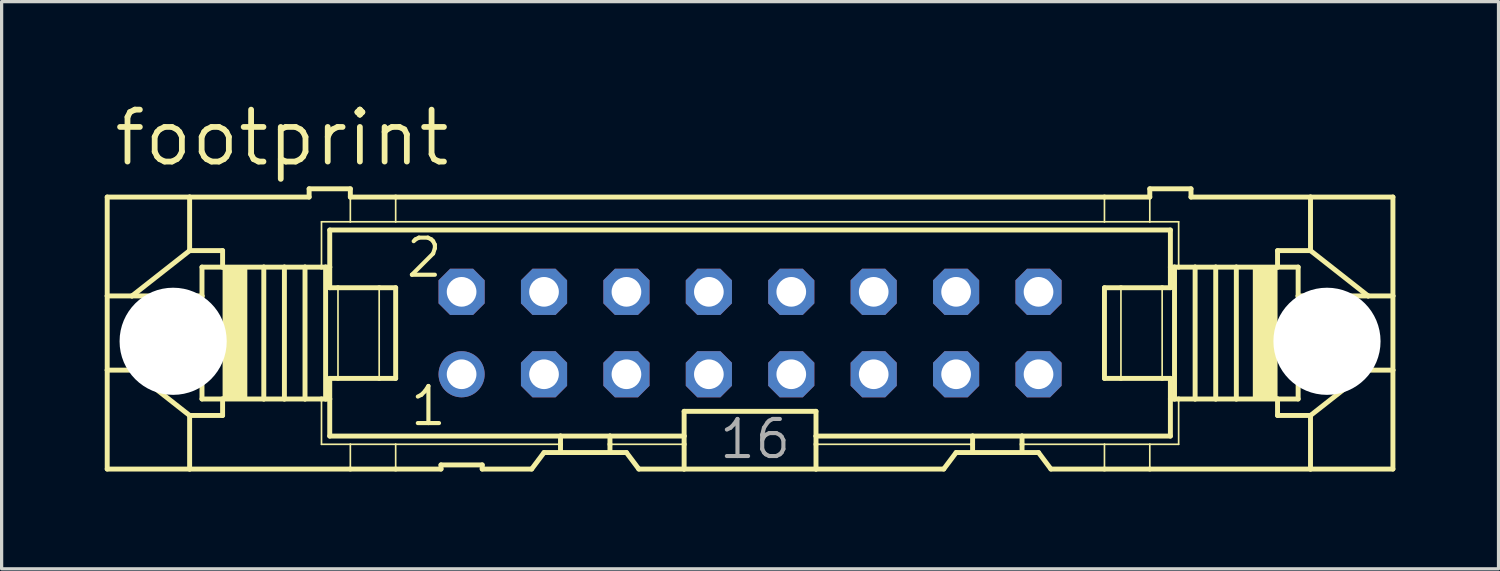
<source format=kicad_pcb>
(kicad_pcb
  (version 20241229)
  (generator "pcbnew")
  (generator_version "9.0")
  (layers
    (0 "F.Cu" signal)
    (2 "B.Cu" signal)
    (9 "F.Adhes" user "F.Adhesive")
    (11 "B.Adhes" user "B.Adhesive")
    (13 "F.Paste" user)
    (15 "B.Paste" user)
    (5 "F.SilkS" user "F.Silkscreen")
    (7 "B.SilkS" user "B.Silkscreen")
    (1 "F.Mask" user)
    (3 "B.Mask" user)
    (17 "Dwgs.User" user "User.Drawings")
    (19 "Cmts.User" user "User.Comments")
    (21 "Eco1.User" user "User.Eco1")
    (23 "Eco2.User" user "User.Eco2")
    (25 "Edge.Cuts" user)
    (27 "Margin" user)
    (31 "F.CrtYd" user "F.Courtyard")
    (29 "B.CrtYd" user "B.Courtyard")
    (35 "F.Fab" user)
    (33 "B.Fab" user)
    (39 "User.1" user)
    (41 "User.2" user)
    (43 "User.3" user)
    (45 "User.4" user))
  (footprint "footprint"
    (layer "F.Cu")
    (at 20.066 7.214)
    (property "Reference" "footprint" (at -19.685 -5.08 0) (layer "F.SilkS") (effects (font (size 1.6 1.6) (thickness 0.178)) (justify left bottom)))
    (fp_line (start -19.812 -4.191) (end -19.812 -1.143) (stroke (width 0.152) (type solid)) (layer "F.SilkS"))
    (fp_line (start -19.812 -4.191) (end -17.272 -4.191) (stroke (width 0.152) (type solid)) (layer "F.SilkS"))
    (fp_line (start -19.812 -1.143) (end -19.812 1.143) (stroke (width 0.152) (type solid)) (layer "F.SilkS"))
    (fp_line (start -19.812 -1.143) (end -19.05 -1.143) (stroke (width 0.152) (type solid)) (layer "F.SilkS"))
    (fp_line (start -19.812 1.143) (end -19.812 4.191) (stroke (width 0.152) (type solid)) (layer "F.SilkS"))
    (fp_line (start -19.812 1.143) (end -19.05 1.143) (stroke (width 0.152) (type solid)) (layer "F.SilkS"))
    (fp_line (start -19.05 -1.143) (end -16.891 -1.143) (stroke (width 0.152) (type solid)) (layer "F.SilkS"))
    (fp_line (start -19.05 1.143) (end -16.891 1.143) (stroke (width 0.152) (type solid)) (layer "F.SilkS"))
    (fp_line (start -17.272 -4.191) (end -17.272 -2.54) (stroke (width 0.152) (type solid)) (layer "F.SilkS"))
    (fp_line (start -17.272 -2.54) (end -19.05 -1.143) (stroke (width 0.152) (type solid)) (layer "F.SilkS"))
    (fp_line (start -17.272 2.54) (end -19.05 1.143) (stroke (width 0.152) (type solid)) (layer "F.SilkS"))
    (fp_line (start -17.272 2.54) (end -17.272 4.191) (stroke (width 0.152) (type solid)) (layer "F.SilkS"))
    (fp_line (start -17.272 4.191) (end -19.812 4.191) (stroke (width 0.152) (type solid)) (layer "F.SilkS"))
    (fp_line (start -16.891 -1.143) (end -16.891 -2.032) (stroke (width 0.152) (type solid)) (layer "F.SilkS"))
    (fp_line (start -16.891 1.143) (end -16.891 -1.143) (stroke (width 0.152) (type solid)) (layer "F.SilkS"))
    (fp_line (start -16.891 2.032) (end -16.891 1.143) (stroke (width 0.152) (type solid)) (layer "F.SilkS"))
    (fp_line (start -16.256 -2.54) (end -17.272 -2.54) (stroke (width 0.152) (type solid)) (layer "F.SilkS"))
    (fp_line (start -16.256 -2.54) (end -16.256 -2.032) (stroke (width 0.152) (type solid)) (layer "F.SilkS"))
    (fp_line (start -16.256 -2.032) (end -16.891 -2.032) (stroke (width 0.152) (type solid)) (layer "F.SilkS"))
    (fp_line (start -16.256 2.032) (end -16.891 2.032) (stroke (width 0.152) (type solid)) (layer "F.SilkS"))
    (fp_line (start -16.256 2.032) (end -16.256 2.54) (stroke (width 0.152) (type solid)) (layer "F.SilkS"))
    (fp_line (start -16.256 2.54) (end -17.272 2.54) (stroke (width 0.152) (type solid)) (layer "F.SilkS"))
    (fp_line (start -14.986 -2.032) (end -16.256 -2.032) (stroke (width 0.152) (type solid)) (layer "F.SilkS"))
    (fp_line (start -14.986 2.032) (end -16.256 2.032) (stroke (width 0.152) (type solid)) (layer "F.SilkS"))
    (fp_line (start -14.986 2.032) (end -14.986 -2.032) (stroke (width 0.152) (type solid)) (layer "F.SilkS"))
    (fp_line (start -14.351 -2.032) (end -14.986 -2.032) (stroke (width 0.152) (type solid)) (layer "F.SilkS"))
    (fp_line (start -14.351 2.032) (end -14.986 2.032) (stroke (width 0.152) (type solid)) (layer "F.SilkS"))
    (fp_line (start -14.351 2.032) (end -14.351 -2.032) (stroke (width 0.152) (type solid)) (layer "F.SilkS"))
    (fp_line (start -13.716 -2.032) (end -14.351 -2.032) (stroke (width 0.152) (type solid)) (layer "F.SilkS"))
    (fp_line (start -13.716 2.032) (end -14.351 2.032) (stroke (width 0.152) (type solid)) (layer "F.SilkS"))
    (fp_line (start -13.716 2.032) (end -13.716 -2.032) (stroke (width 0.152) (type solid)) (layer "F.SilkS"))
    (fp_line (start -13.589 -4.445) (end -13.589 -4.191) (stroke (width 0.152) (type solid)) (layer "F.SilkS"))
    (fp_line (start -13.589 -4.445) (end -12.319 -4.445) (stroke (width 0.152) (type solid)) (layer "F.SilkS"))
    (fp_line (start -13.589 -4.191) (end -17.272 -4.191) (stroke (width 0.152) (type solid)) (layer "F.SilkS"))
    (fp_line (start -13.208 -3.429) (end -13.208 -2.032) (stroke (width 0.051) (type solid)) (layer "F.SilkS"))
    (fp_line (start -13.208 -2.032) (end -13.716 -2.032) (stroke (width 0.152) (type solid)) (layer "F.SilkS"))
    (fp_line (start -13.208 2.032) (end -13.716 2.032) (stroke (width 0.152) (type solid)) (layer "F.SilkS"))
    (fp_line (start -13.208 3.429) (end -13.208 2.032) (stroke (width 0.051) (type solid)) (layer "F.SilkS"))
    (fp_line (start -13.081 -2.032) (end -13.208 -2.032) (stroke (width 0.152) (type solid)) (layer "F.SilkS"))
    (fp_line (start -13.081 2.032) (end -13.208 2.032) (stroke (width 0.152) (type solid)) (layer "F.SilkS"))
    (fp_line (start -13.081 2.032) (end -13.081 -2.032) (stroke (width 0.152) (type solid)) (layer "F.SilkS"))
    (fp_line (start -12.954 -3.175) (end 12.954 -3.175) (stroke (width 0.152) (type solid)) (layer "F.SilkS"))
    (fp_line (start -12.954 -2.032) (end -13.081 -2.032) (stroke (width 0.152) (type solid)) (layer "F.SilkS"))
    (fp_line (start -12.954 -2.032) (end -12.954 -3.175) (stroke (width 0.152) (type solid)) (layer "F.SilkS"))
    (fp_line (start -12.954 -1.397) (end -12.954 -2.032) (stroke (width 0.152) (type solid)) (layer "F.SilkS"))
    (fp_line (start -12.954 -1.397) (end -12.7 -1.397) (stroke (width 0.152) (type solid)) (layer "F.SilkS"))
    (fp_line (start -12.954 2.032) (end -13.081 2.032) (stroke (width 0.152) (type solid)) (layer "F.SilkS"))
    (fp_line (start -12.954 2.032) (end -12.954 1.397) (stroke (width 0.152) (type solid)) (layer "F.SilkS"))
    (fp_line (start -12.954 3.175) (end -12.954 2.032) (stroke (width 0.152) (type solid)) (layer "F.SilkS"))
    (fp_line (start -12.7 -1.397) (end -11.43 -1.397) (stroke (width 0.152) (type solid)) (layer "F.SilkS"))
    (fp_line (start -12.7 1.397) (end -12.954 1.397) (stroke (width 0.152) (type solid)) (layer "F.SilkS"))
    (fp_line (start -12.7 1.397) (end -12.7 -1.397) (stroke (width 0.051) (type solid)) (layer "F.SilkS"))
    (fp_line (start -12.319 -4.445) (end -12.319 -4.191) (stroke (width 0.152) (type solid)) (layer "F.SilkS"))
    (fp_line (start -12.319 -3.429) (end -13.208 -3.429) (stroke (width 0.051) (type solid)) (layer "F.SilkS"))
    (fp_line (start -12.319 -3.429) (end -12.319 -4.191) (stroke (width 0.051) (type solid)) (layer "F.SilkS"))
    (fp_line (start -12.319 -3.429) (end -10.922 -3.429) (stroke (width 0.051) (type solid)) (layer "F.SilkS"))
    (fp_line (start -12.319 3.429) (end -13.208 3.429) (stroke (width 0.051) (type solid)) (layer "F.SilkS"))
    (fp_line (start -12.319 4.191) (end -17.272 4.191) (stroke (width 0.152) (type solid)) (layer "F.SilkS"))
    (fp_line (start -12.319 4.191) (end -12.319 3.429) (stroke (width 0.051) (type solid)) (layer "F.SilkS"))
    (fp_line (start -11.43 -1.397) (end -10.922 -1.397) (stroke (width 0.152) (type solid)) (layer "F.SilkS"))
    (fp_line (start -11.43 1.397) (end -12.7 1.397) (stroke (width 0.152) (type solid)) (layer "F.SilkS"))
    (fp_line (start -11.43 1.397) (end -11.43 -1.397) (stroke (width 0.051) (type solid)) (layer "F.SilkS"))
    (fp_line (start -10.922 -4.191) (end -12.319 -4.191) (stroke (width 0.152) (type solid)) (layer "F.SilkS"))
    (fp_line (start -10.922 -4.191) (end 10.922 -4.191) (stroke (width 0.152) (type solid)) (layer "F.SilkS"))
    (fp_line (start -10.922 -3.429) (end -10.922 -4.191) (stroke (width 0.051) (type solid)) (layer "F.SilkS"))
    (fp_line (start -10.922 -3.429) (end 10.922 -3.429) (stroke (width 0.051) (type solid)) (layer "F.SilkS"))
    (fp_line (start -10.922 1.397) (end -11.43 1.397) (stroke (width 0.152) (type solid)) (layer "F.SilkS"))
    (fp_line (start -10.922 1.397) (end -10.922 -1.397) (stroke (width 0.152) (type solid)) (layer "F.SilkS"))
    (fp_line (start -10.922 3.429) (end -12.319 3.429) (stroke (width 0.051) (type solid)) (layer "F.SilkS"))
    (fp_line (start -10.922 4.191) (end -12.319 4.191) (stroke (width 0.152) (type solid)) (layer "F.SilkS"))
    (fp_line (start -10.922 4.191) (end -10.922 3.429) (stroke (width 0.051) (type solid)) (layer "F.SilkS"))
    (fp_line (start -9.525 4.191) (end -10.922 4.191) (stroke (width 0.152) (type solid)) (layer "F.SilkS"))
    (fp_line (start -9.525 4.191) (end -9.525 4.064) (stroke (width 0.152) (type solid)) (layer "F.SilkS"))
    (fp_line (start -8.255 4.064) (end -9.525 4.064) (stroke (width 0.152) (type solid)) (layer "F.SilkS"))
    (fp_line (start -8.255 4.064) (end -8.255 4.191) (stroke (width 0.152) (type solid)) (layer "F.SilkS"))
    (fp_line (start -6.731 4.191) (end -8.255 4.191) (stroke (width 0.152) (type solid)) (layer "F.SilkS"))
    (fp_line (start -6.731 4.191) (end -6.35 3.683) (stroke (width 0.152) (type solid)) (layer "F.SilkS"))
    (fp_line (start -5.842 3.175) (end -12.954 3.175) (stroke (width 0.152) (type solid)) (layer "F.SilkS"))
    (fp_line (start -5.842 3.175) (end -5.842 3.429) (stroke (width 0.152) (type solid)) (layer "F.SilkS"))
    (fp_line (start -5.842 3.429) (end -10.922 3.429) (stroke (width 0.051) (type solid)) (layer "F.SilkS"))
    (fp_line (start -5.842 3.429) (end -5.842 3.683) (stroke (width 0.152) (type solid)) (layer "F.SilkS"))
    (fp_line (start -5.842 3.683) (end -6.35 3.683) (stroke (width 0.152) (type solid)) (layer "F.SilkS"))
    (fp_line (start -4.318 3.175) (end -5.842 3.175) (stroke (width 0.152) (type solid)) (layer "F.SilkS"))
    (fp_line (start -4.318 3.175) (end -4.318 3.429) (stroke (width 0.152) (type solid)) (layer "F.SilkS"))
    (fp_line (start -4.318 3.429) (end -4.318 3.683) (stroke (width 0.152) (type solid)) (layer "F.SilkS"))
    (fp_line (start -4.318 3.683) (end -5.842 3.683) (stroke (width 0.152) (type solid)) (layer "F.SilkS"))
    (fp_line (start -3.81 3.683) (end -4.318 3.683) (stroke (width 0.152) (type solid)) (layer "F.SilkS"))
    (fp_line (start -3.81 3.683) (end -3.429 4.191) (stroke (width 0.152) (type solid)) (layer "F.SilkS"))
    (fp_line (start -2.032 3.175) (end -4.318 3.175) (stroke (width 0.152) (type solid)) (layer "F.SilkS"))
    (fp_line (start -2.032 3.175) (end -2.032 2.413) (stroke (width 0.152) (type solid)) (layer "F.SilkS"))
    (fp_line (start -2.032 3.175) (end -2.032 3.429) (stroke (width 0.152) (type solid)) (layer "F.SilkS"))
    (fp_line (start -2.032 3.429) (end -4.318 3.429) (stroke (width 0.051) (type solid)) (layer "F.SilkS"))
    (fp_line (start -2.032 3.429) (end -2.032 4.191) (stroke (width 0.152) (type solid)) (layer "F.SilkS"))
    (fp_line (start -2.032 4.191) (end -3.429 4.191) (stroke (width 0.152) (type solid)) (layer "F.SilkS"))
    (fp_line (start 2.032 2.413) (end -2.032 2.413) (stroke (width 0.152) (type solid)) (layer "F.SilkS"))
    (fp_line (start 2.032 2.413) (end 2.032 3.175) (stroke (width 0.152) (type solid)) (layer "F.SilkS"))
    (fp_line (start 2.032 3.175) (end 2.032 3.429) (stroke (width 0.152) (type solid)) (layer "F.SilkS"))
    (fp_line (start 2.032 3.429) (end 2.032 4.191) (stroke (width 0.152) (type solid)) (layer "F.SilkS"))
    (fp_line (start 2.032 4.191) (end -2.032 4.191) (stroke (width 0.152) (type solid)) (layer "F.SilkS"))
    (fp_line (start 5.969 4.191) (end 2.032 4.191) (stroke (width 0.152) (type solid)) (layer "F.SilkS"))
    (fp_line (start 5.969 4.191) (end 6.35 3.683) (stroke (width 0.152) (type solid)) (layer "F.SilkS"))
    (fp_line (start 6.858 3.175) (end 2.032 3.175) (stroke (width 0.152) (type solid)) (layer "F.SilkS"))
    (fp_line (start 6.858 3.175) (end 6.858 3.429) (stroke (width 0.152) (type solid)) (layer "F.SilkS"))
    (fp_line (start 6.858 3.429) (end 2.032 3.429) (stroke (width 0.051) (type solid)) (layer "F.SilkS"))
    (fp_line (start 6.858 3.429) (end 6.858 3.683) (stroke (width 0.152) (type solid)) (layer "F.SilkS"))
    (fp_line (start 6.858 3.683) (end 6.35 3.683) (stroke (width 0.152) (type solid)) (layer "F.SilkS"))
    (fp_line (start 8.382 3.175) (end 6.858 3.175) (stroke (width 0.152) (type solid)) (layer "F.SilkS"))
    (fp_line (start 8.382 3.175) (end 8.382 3.429) (stroke (width 0.152) (type solid)) (layer "F.SilkS"))
    (fp_line (start 8.382 3.429) (end 8.382 3.683) (stroke (width 0.152) (type solid)) (layer "F.SilkS"))
    (fp_line (start 8.382 3.429) (end 10.922 3.429) (stroke (width 0.051) (type solid)) (layer "F.SilkS"))
    (fp_line (start 8.382 3.683) (end 6.858 3.683) (stroke (width 0.152) (type solid)) (layer "F.SilkS"))
    (fp_line (start 8.89 3.683) (end 8.382 3.683) (stroke (width 0.152) (type solid)) (layer "F.SilkS"))
    (fp_line (start 8.89 3.683) (end 9.271 4.191) (stroke (width 0.152) (type solid)) (layer "F.SilkS"))
    (fp_line (start 10.922 -4.191) (end 10.922 -3.429) (stroke (width 0.051) (type solid)) (layer "F.SilkS"))
    (fp_line (start 10.922 -4.191) (end 12.319 -4.191) (stroke (width 0.152) (type solid)) (layer "F.SilkS"))
    (fp_line (start 10.922 -1.397) (end 10.922 1.397) (stroke (width 0.152) (type solid)) (layer "F.SilkS"))
    (fp_line (start 10.922 -1.397) (end 11.43 -1.397) (stroke (width 0.152) (type solid)) (layer "F.SilkS"))
    (fp_line (start 10.922 3.429) (end 10.922 4.191) (stroke (width 0.051) (type solid)) (layer "F.SilkS"))
    (fp_line (start 10.922 3.429) (end 12.319 3.429) (stroke (width 0.051) (type solid)) (layer "F.SilkS"))
    (fp_line (start 10.922 4.191) (end 9.271 4.191) (stroke (width 0.152) (type solid)) (layer "F.SilkS"))
    (fp_line (start 11.43 -1.397) (end 11.43 1.397) (stroke (width 0.051) (type solid)) (layer "F.SilkS"))
    (fp_line (start 11.43 -1.397) (end 12.7 -1.397) (stroke (width 0.152) (type solid)) (layer "F.SilkS"))
    (fp_line (start 11.43 1.397) (end 10.922 1.397) (stroke (width 0.152) (type solid)) (layer "F.SilkS"))
    (fp_line (start 12.319 -4.191) (end 12.319 -4.445) (stroke (width 0.152) (type solid)) (layer "F.SilkS"))
    (fp_line (start 12.319 -4.191) (end 12.319 -3.429) (stroke (width 0.051) (type solid)) (layer "F.SilkS"))
    (fp_line (start 12.319 -3.429) (end 10.922 -3.429) (stroke (width 0.051) (type solid)) (layer "F.SilkS"))
    (fp_line (start 12.319 -3.429) (end 13.208 -3.429) (stroke (width 0.051) (type solid)) (layer "F.SilkS"))
    (fp_line (start 12.319 3.429) (end 12.319 4.191) (stroke (width 0.051) (type solid)) (layer "F.SilkS"))
    (fp_line (start 12.319 3.429) (end 13.208 3.429) (stroke (width 0.051) (type solid)) (layer "F.SilkS"))
    (fp_line (start 12.319 4.191) (end 10.922 4.191) (stroke (width 0.152) (type solid)) (layer "F.SilkS"))
    (fp_line (start 12.7 -1.397) (end 12.7 1.397) (stroke (width 0.051) (type solid)) (layer "F.SilkS"))
    (fp_line (start 12.7 -1.397) (end 12.954 -1.397) (stroke (width 0.152) (type solid)) (layer "F.SilkS"))
    (fp_line (start 12.7 1.397) (end 11.43 1.397) (stroke (width 0.152) (type solid)) (layer "F.SilkS"))
    (fp_line (start 12.954 -3.175) (end 12.954 -2.032) (stroke (width 0.152) (type solid)) (layer "F.SilkS"))
    (fp_line (start 12.954 -2.032) (end 12.954 -1.397) (stroke (width 0.152) (type solid)) (layer "F.SilkS"))
    (fp_line (start 12.954 -2.032) (end 13.081 -2.032) (stroke (width 0.152) (type solid)) (layer "F.SilkS"))
    (fp_line (start 12.954 1.397) (end 12.7 1.397) (stroke (width 0.152) (type solid)) (layer "F.SilkS"))
    (fp_line (start 12.954 1.397) (end 12.954 2.032) (stroke (width 0.152) (type solid)) (layer "F.SilkS"))
    (fp_line (start 12.954 2.032) (end 12.954 3.175) (stroke (width 0.152) (type solid)) (layer "F.SilkS"))
    (fp_line (start 12.954 2.032) (end 13.081 2.032) (stroke (width 0.152) (type solid)) (layer "F.SilkS"))
    (fp_line (start 12.954 3.175) (end 8.382 3.175) (stroke (width 0.152) (type solid)) (layer "F.SilkS"))
    (fp_line (start 13.081 -2.032) (end 13.081 2.032) (stroke (width 0.152) (type solid)) (layer "F.SilkS"))
    (fp_line (start 13.081 -2.032) (end 13.208 -2.032) (stroke (width 0.152) (type solid)) (layer "F.SilkS"))
    (fp_line (start 13.081 2.032) (end 13.208 2.032) (stroke (width 0.152) (type solid)) (layer "F.SilkS"))
    (fp_line (start 13.208 -3.429) (end 13.208 -2.032) (stroke (width 0.051) (type solid)) (layer "F.SilkS"))
    (fp_line (start 13.208 -2.032) (end 13.716 -2.032) (stroke (width 0.152) (type solid)) (layer "F.SilkS"))
    (fp_line (start 13.208 2.032) (end 13.716 2.032) (stroke (width 0.152) (type solid)) (layer "F.SilkS"))
    (fp_line (start 13.208 3.429) (end 13.208 2.032) (stroke (width 0.051) (type solid)) (layer "F.SilkS"))
    (fp_line (start 13.589 -4.445) (end 12.319 -4.445) (stroke (width 0.152) (type solid)) (layer "F.SilkS"))
    (fp_line (start 13.589 -4.191) (end 13.589 -4.445) (stroke (width 0.152) (type solid)) (layer "F.SilkS"))
    (fp_line (start 13.589 -4.191) (end 17.272 -4.191) (stroke (width 0.152) (type solid)) (layer "F.SilkS"))
    (fp_line (start 13.716 -2.032) (end 13.716 2.032) (stroke (width 0.152) (type solid)) (layer "F.SilkS"))
    (fp_line (start 13.716 -2.032) (end 14.351 -2.032) (stroke (width 0.152) (type solid)) (layer "F.SilkS"))
    (fp_line (start 13.716 2.032) (end 14.351 2.032) (stroke (width 0.152) (type solid)) (layer "F.SilkS"))
    (fp_line (start 14.351 -2.032) (end 14.351 2.032) (stroke (width 0.152) (type solid)) (layer "F.SilkS"))
    (fp_line (start 14.351 -2.032) (end 14.986 -2.032) (stroke (width 0.152) (type solid)) (layer "F.SilkS"))
    (fp_line (start 14.351 2.032) (end 14.986 2.032) (stroke (width 0.152) (type solid)) (layer "F.SilkS"))
    (fp_line (start 14.986 -2.032) (end 14.986 2.032) (stroke (width 0.152) (type solid)) (layer "F.SilkS"))
    (fp_line (start 14.986 -2.032) (end 16.256 -2.032) (stroke (width 0.152) (type solid)) (layer "F.SilkS"))
    (fp_line (start 14.986 2.032) (end 16.256 2.032) (stroke (width 0.152) (type solid)) (layer "F.SilkS"))
    (fp_line (start 16.256 -2.54) (end 17.272 -2.54) (stroke (width 0.152) (type solid)) (layer "F.SilkS"))
    (fp_line (start 16.256 -2.032) (end 16.256 -2.54) (stroke (width 0.152) (type solid)) (layer "F.SilkS"))
    (fp_line (start 16.256 -2.032) (end 16.891 -2.032) (stroke (width 0.152) (type solid)) (layer "F.SilkS"))
    (fp_line (start 16.256 2.032) (end 16.891 2.032) (stroke (width 0.152) (type solid)) (layer "F.SilkS"))
    (fp_line (start 16.256 2.54) (end 16.256 2.032) (stroke (width 0.152) (type solid)) (layer "F.SilkS"))
    (fp_line (start 16.256 2.54) (end 17.272 2.54) (stroke (width 0.152) (type solid)) (layer "F.SilkS"))
    (fp_line (start 16.891 -2.032) (end 16.891 -1.143) (stroke (width 0.152) (type solid)) (layer "F.SilkS"))
    (fp_line (start 16.891 -1.143) (end 16.891 1.143) (stroke (width 0.152) (type solid)) (layer "F.SilkS"))
    (fp_line (start 16.891 1.143) (end 16.891 2.032) (stroke (width 0.152) (type solid)) (layer "F.SilkS"))
    (fp_line (start 17.272 -4.191) (end 19.812 -4.191) (stroke (width 0.152) (type solid)) (layer "F.SilkS"))
    (fp_line (start 17.272 -2.54) (end 17.272 -4.191) (stroke (width 0.152) (type solid)) (layer "F.SilkS"))
    (fp_line (start 17.272 -2.54) (end 19.05 -1.143) (stroke (width 0.152) (type solid)) (layer "F.SilkS"))
    (fp_line (start 17.272 2.54) (end 19.05 1.143) (stroke (width 0.152) (type solid)) (layer "F.SilkS"))
    (fp_line (start 17.272 4.191) (end 12.319 4.191) (stroke (width 0.152) (type solid)) (layer "F.SilkS"))
    (fp_line (start 17.272 4.191) (end 17.272 2.54) (stroke (width 0.152) (type solid)) (layer "F.SilkS"))
    (fp_line (start 19.05 -1.143) (end 16.891 -1.143) (stroke (width 0.152) (type solid)) (layer "F.SilkS"))
    (fp_line (start 19.05 1.143) (end 16.891 1.143) (stroke (width 0.152) (type solid)) (layer "F.SilkS"))
    (fp_line (start 19.812 -1.143) (end 19.05 -1.143) (stroke (width 0.152) (type solid)) (layer "F.SilkS"))
    (fp_line (start 19.812 -1.143) (end 19.812 -4.191) (stroke (width 0.152) (type solid)) (layer "F.SilkS"))
    (fp_line (start 19.812 1.143) (end 19.05 1.143) (stroke (width 0.152) (type solid)) (layer "F.SilkS"))
    (fp_line (start 19.812 1.143) (end 19.812 -1.143) (stroke (width 0.152) (type solid)) (layer "F.SilkS"))
    (fp_line (start 19.812 4.191) (end 17.272 4.191) (stroke (width 0.152) (type solid)) (layer "F.SilkS"))
    (fp_line (start 19.812 4.191) (end 19.812 1.143) (stroke (width 0.152) (type solid)) (layer "F.SilkS"))
    (fp_poly (pts (xy -16.256 2.032) (xy -15.494 2.032) (xy -15.494 -2.032) (xy -16.256 -2.032)) (stroke (width 0) (type solid)) (fill yes) (layer "F.SilkS"))
    (fp_poly (pts (xy 15.494 2.032) (xy 16.256 2.032) (xy 16.256 -2.032) (xy 15.494 -2.032)) (stroke (width 0) (type solid)) (fill yes) (layer "F.SilkS"))
    (fp_poly (pts (xy -19.05 0.381) (xy -17.272 0.381) (xy -17.272 -0.381) (xy -19.05 -0.381)) (stroke (width 0.1) (type solid)) (fill no) (layer "F.Fab"))
    (fp_poly (pts (xy -9.144 -1.016) (xy -8.636 -1.016) (xy -8.636 -1.524) (xy -9.144 -1.524)) (stroke (width 0.1) (type solid)) (fill no) (layer "F.Fab"))
    (fp_poly (pts (xy -9.144 1.524) (xy -8.636 1.524) (xy -8.636 1.016) (xy -9.144 1.016)) (stroke (width 0.1) (type solid)) (fill no) (layer "F.Fab"))
    (fp_poly (pts (xy -6.604 -1.016) (xy -6.096 -1.016) (xy -6.096 -1.524) (xy -6.604 -1.524)) (stroke (width 0.1) (type solid)) (fill no) (layer "F.Fab"))
    (fp_poly (pts (xy -6.604 1.524) (xy -6.096 1.524) (xy -6.096 1.016) (xy -6.604 1.016)) (stroke (width 0.1) (type solid)) (fill no) (layer "F.Fab"))
    (fp_poly (pts (xy -4.064 -1.016) (xy -3.556 -1.016) (xy -3.556 -1.524) (xy -4.064 -1.524)) (stroke (width 0.1) (type solid)) (fill no) (layer "F.Fab"))
    (fp_poly (pts (xy -4.064 1.524) (xy -3.556 1.524) (xy -3.556 1.016) (xy -4.064 1.016)) (stroke (width 0.1) (type solid)) (fill no) (layer "F.Fab"))
    (fp_poly (pts (xy -1.524 -1.016) (xy -1.016 -1.016) (xy -1.016 -1.524) (xy -1.524 -1.524)) (stroke (width 0.1) (type solid)) (fill no) (layer "F.Fab"))
    (fp_poly (pts (xy -1.524 1.524) (xy -1.016 1.524) (xy -1.016 1.016) (xy -1.524 1.016)) (stroke (width 0.1) (type solid)) (fill no) (layer "F.Fab"))
    (fp_poly (pts (xy 1.016 -1.016) (xy 1.524 -1.016) (xy 1.524 -1.524) (xy 1.016 -1.524)) (stroke (width 0.1) (type solid)) (fill no) (layer "F.Fab"))
    (fp_poly (pts (xy 1.016 1.524) (xy 1.524 1.524) (xy 1.524 1.016) (xy 1.016 1.016)) (stroke (width 0.1) (type solid)) (fill no) (layer "F.Fab"))
    (fp_poly (pts (xy 3.556 -1.016) (xy 4.064 -1.016) (xy 4.064 -1.524) (xy 3.556 -1.524)) (stroke (width 0.1) (type solid)) (fill no) (layer "F.Fab"))
    (fp_poly (pts (xy 3.556 1.524) (xy 4.064 1.524) (xy 4.064 1.016) (xy 3.556 1.016)) (stroke (width 0.1) (type solid)) (fill no) (layer "F.Fab"))
    (fp_poly (pts (xy 6.096 -1.016) (xy 6.604 -1.016) (xy 6.604 -1.524) (xy 6.096 -1.524)) (stroke (width 0.1) (type solid)) (fill no) (layer "F.Fab"))
    (fp_poly (pts (xy 6.096 1.524) (xy 6.604 1.524) (xy 6.604 1.016) (xy 6.096 1.016)) (stroke (width 0.1) (type solid)) (fill no) (layer "F.Fab"))
    (fp_poly (pts (xy 8.636 -1.016) (xy 9.144 -1.016) (xy 9.144 -1.524) (xy 8.636 -1.524)) (stroke (width 0.1) (type solid)) (fill no) (layer "F.Fab"))
    (fp_poly (pts (xy 8.636 1.524) (xy 9.144 1.524) (xy 9.144 1.016) (xy 8.636 1.016)) (stroke (width 0.1) (type solid)) (fill no) (layer "F.Fab"))
    (fp_poly (pts (xy 17.272 0.381) (xy 19.05 0.381) (xy 19.05 -0.381) (xy 17.272 -0.381)) (stroke (width 0.1) (type solid)) (fill no) (layer "F.Fab"))
    (fp_text user "2" (at -10.668 -1.651 0) (layer "F.SilkS") (effects (font (size 1.143 1.143) (thickness 0.127)) (justify left bottom)))
    (fp_text user "1" (at -10.541 2.921 0) (layer "F.SilkS") (effects (font (size 1.143 1.143) (thickness 0.127)) (justify left bottom)))
    (fp_text user "16" (at -1.016 3.937 0) (layer "F.Fab") (effects (font (size 1.143 1.143) (thickness 0.127)) (justify left bottom)))
    (pad "" np_thru_hole circle (at -17.78 0.254) (size 3.302 3.302) (drill 3.302) (layers "*.Cu" "*.Mask"))
    (pad "" np_thru_hole circle (at 17.78 0.254) (size 3.302 3.302) (drill 3.302) (layers "*.Cu" "*.Mask"))
    (pad "1" thru_hole circle (at -8.89 1.27) (size 1.422 1.422) (drill 0.914) (layers "*.Cu" "*.Mask"))
    (pad "2" thru_hole roundrect (at -8.89 -1.27) (size 1.422 1.422) (drill 0.914) (layers "*.Cu" "*.Mask") (roundrect_rratio 0.25) (chamfer_ratio 0.25) (chamfer top_left top_right bottom_left bottom_right))
    (pad "3" thru_hole roundrect (at -6.35 1.27) (size 1.422 1.422) (drill 0.914) (layers "*.Cu" "*.Mask") (roundrect_rratio 0.25) (chamfer_ratio 0.25) (chamfer top_left top_right bottom_left bottom_right))
    (pad "4" thru_hole roundrect (at -6.35 -1.27) (size 1.422 1.422) (drill 0.914) (layers "*.Cu" "*.Mask") (roundrect_rratio 0.25) (chamfer_ratio 0.25) (chamfer top_left top_right bottom_left bottom_right))
    (pad "5" thru_hole roundrect (at -3.81 1.27) (size 1.422 1.422) (drill 0.914) (layers "*.Cu" "*.Mask") (roundrect_rratio 0.25) (chamfer_ratio 0.25) (chamfer top_left top_right bottom_left bottom_right))
    (pad "6" thru_hole roundrect (at -3.81 -1.27) (size 1.422 1.422) (drill 0.914) (layers "*.Cu" "*.Mask") (roundrect_rratio 0.25) (chamfer_ratio 0.25) (chamfer top_left top_right bottom_left bottom_right))
    (pad "7" thru_hole roundrect (at -1.27 1.27) (size 1.422 1.422) (drill 0.914) (layers "*.Cu" "*.Mask") (roundrect_rratio 0.25) (chamfer_ratio 0.25) (chamfer top_left top_right bottom_left bottom_right))
    (pad "8" thru_hole roundrect (at -1.27 -1.27) (size 1.422 1.422) (drill 0.914) (layers "*.Cu" "*.Mask") (roundrect_rratio 0.25) (chamfer_ratio 0.25) (chamfer top_left top_right bottom_left bottom_right))
    (pad "9" thru_hole roundrect (at 1.27 1.27) (size 1.422 1.422) (drill 0.914) (layers "*.Cu" "*.Mask") (roundrect_rratio 0.25) (chamfer_ratio 0.25) (chamfer top_left top_right bottom_left bottom_right))
    (pad "10" thru_hole roundrect (at 1.27 -1.27) (size 1.422 1.422) (drill 0.914) (layers "*.Cu" "*.Mask") (roundrect_rratio 0.25) (chamfer_ratio 0.25) (chamfer top_left top_right bottom_left bottom_right))
    (pad "11" thru_hole roundrect (at 3.81 1.27) (size 1.422 1.422) (drill 0.914) (layers "*.Cu" "*.Mask") (roundrect_rratio 0.25) (chamfer_ratio 0.25) (chamfer top_left top_right bottom_left bottom_right))
    (pad "12" thru_hole roundrect (at 3.81 -1.27) (size 1.422 1.422) (drill 0.914) (layers "*.Cu" "*.Mask") (roundrect_rratio 0.25) (chamfer_ratio 0.25) (chamfer top_left top_right bottom_left bottom_right))
    (pad "13" thru_hole roundrect (at 6.35 1.27) (size 1.422 1.422) (drill 0.914) (layers "*.Cu" "*.Mask") (roundrect_rratio 0.25) (chamfer_ratio 0.25) (chamfer top_left top_right bottom_left bottom_right))
    (pad "14" thru_hole roundrect (at 6.35 -1.27) (size 1.422 1.422) (drill 0.914) (layers "*.Cu" "*.Mask") (roundrect_rratio 0.25) (chamfer_ratio 0.25) (chamfer top_left top_right bottom_left bottom_right))
    (pad "15" thru_hole roundrect (at 8.89 1.27) (size 1.422 1.422) (drill 0.914) (layers "*.Cu" "*.Mask") (roundrect_rratio 0.25) (chamfer_ratio 0.25) (chamfer top_left top_right bottom_left bottom_right))
    (pad "16" thru_hole roundrect (at 8.89 -1.27) (size 1.422 1.422) (drill 0.914) (layers "*.Cu" "*.Mask") (roundrect_rratio 0.25) (chamfer_ratio 0.25) (chamfer top_left top_right bottom_left bottom_right))
    (zone (net_name "") (layers "F.Cu" "B.Cu") (hatch edge 0.508) (connect_pads) (min_thickness 0.254) (filled_areas_thickness no) (keepout (tracks allowed) (vias not_allowed) (pads allowed) (copperpour allowed) (footprints allowed)) (placement (enabled no)) (fill) (polygon (pts (xy 4.572 7.468) (xy 4.537 7.071) (xy 4.434 6.686) (xy 4.266 6.325) (xy 4.037 5.998) (xy 3.755 5.716) (xy 3.429 5.488) (xy 3.068 5.319) (xy 2.683 5.216) (xy 2.286 5.182) (xy 1.889 5.216) (xy 1.504 5.319) (xy 1.143 5.488) (xy 0.817 5.716) (xy 0.535 5.998) (xy 0.306 6.325) (xy 0.138 6.686) (xy 0.035 7.071) (xy 0 7.468) (xy 0.035 7.865) (xy 0.138 8.249) (xy 0.306 8.611) (xy 0.535 8.937) (xy 0.817 9.219) (xy 1.143 9.447) (xy 1.504 9.616) (xy 1.889 9.719) (xy 2.286 9.754) (xy 2.683 9.719) (xy 3.068 9.616) (xy 3.429 9.447) (xy 3.755 9.219) (xy 4.037 8.937) (xy 4.266 8.611) (xy 4.434 8.249) (xy 4.537 7.865))))
    (zone (net_name "") (layers "F.Cu" "B.Cu") (hatch edge 0.508) (connect_pads) (min_thickness 0.254) (filled_areas_thickness no) (keepout (tracks allowed) (vias not_allowed) (pads allowed) (copperpour allowed) (footprints allowed)) (placement (enabled no)) (fill) (polygon (pts (xy 40.132 7.468) (xy 40.097 7.071) (xy 39.994 6.686) (xy 39.826 6.325) (xy 39.597 5.998) (xy 39.315 5.716) (xy 38.989 5.488) (xy 38.628 5.319) (xy 38.243 5.216) (xy 37.846 5.182) (xy 37.449 5.216) (xy 37.064 5.319) (xy 36.703 5.488) (xy 36.377 5.716) (xy 36.095 5.998) (xy 35.866 6.325) (xy 35.698 6.686) (xy 35.595 7.071) (xy 35.56 7.468) (xy 35.595 7.865) (xy 35.698 8.249) (xy 35.866 8.611) (xy 36.095 8.937) (xy 36.377 9.219) (xy 36.703 9.447) (xy 37.064 9.616) (xy 37.449 9.719) (xy 37.846 9.754) (xy 38.243 9.719) (xy 38.628 9.616) (xy 38.989 9.447) (xy 39.315 9.219) (xy 39.597 8.937) (xy 39.826 8.611) (xy 39.994 8.249) (xy 40.097 7.865))))
    (zone (net_name "") (layer "B.Cu") (hatch edge 0.508) (connect_pads) (min_thickness 0.254) (filled_areas_thickness no) (keepout (tracks not_allowed) (vias not_allowed) (pads not_allowed) (copperpour not_allowed) (footprints allowed)) (placement (enabled no)) (fill) (polygon (pts (xy 4.572 7.468) (xy 4.537 7.071) (xy 4.434 6.686) (xy 4.266 6.325) (xy 4.037 5.998) (xy 3.755 5.716) (xy 3.429 5.488) (xy 3.068 5.319) (xy 2.683 5.216) (xy 2.286 5.182) (xy 1.889 5.216) (xy 1.504 5.319) (xy 1.143 5.488) (xy 0.817 5.716) (xy 0.535 5.998) (xy 0.306 6.325) (xy 0.138 6.686) (xy 0.035 7.071) (xy 0 7.468) (xy 0.035 7.865) (xy 0.138 8.249) (xy 0.306 8.611) (xy 0.535 8.937) (xy 0.817 9.219) (xy 1.143 9.447) (xy 1.504 9.616) (xy 1.889 9.719) (xy 2.286 9.754) (xy 2.683 9.719) (xy 3.068 9.616) (xy 3.429 9.447) (xy 3.755 9.219) (xy 4.037 8.937) (xy 4.266 8.611) (xy 4.434 8.249) (xy 4.537 7.865))))
    (zone (net_name "") (layer "B.Cu") (hatch edge 0.508) (connect_pads) (min_thickness 0.254) (filled_areas_thickness no) (keepout (tracks not_allowed) (vias not_allowed) (pads not_allowed) (copperpour not_allowed) (footprints allowed)) (placement (enabled no)) (fill) (polygon (pts (xy 40.132 7.468) (xy 40.097 7.071) (xy 39.994 6.686) (xy 39.826 6.325) (xy 39.597 5.998) (xy 39.315 5.716) (xy 38.989 5.488) (xy 38.628 5.319) (xy 38.243 5.216) (xy 37.846 5.182) (xy 37.449 5.216) (xy 37.064 5.319) (xy 36.703 5.488) (xy 36.377 5.716) (xy 36.095 5.998) (xy 35.866 6.325) (xy 35.698 6.686) (xy 35.595 7.071) (xy 35.56 7.468) (xy 35.595 7.865) (xy 35.698 8.249) (xy 35.866 8.611) (xy 36.095 8.937) (xy 36.377 9.219) (xy 36.703 9.447) (xy 37.064 9.616) (xy 37.449 9.719) (xy 37.846 9.754) (xy 38.243 9.719) (xy 38.628 9.616) (xy 38.989 9.447) (xy 39.315 9.219) (xy 39.597 8.937) (xy 39.826 8.611) (xy 39.994 8.249) (xy 40.097 7.865)))))
  (gr_rect
    (start -3 -3)
    (end 43.132 14.481)
    (stroke (width 0.1) (type default))
    (fill no)
    (layer "Edge.Cuts")))
</source>
